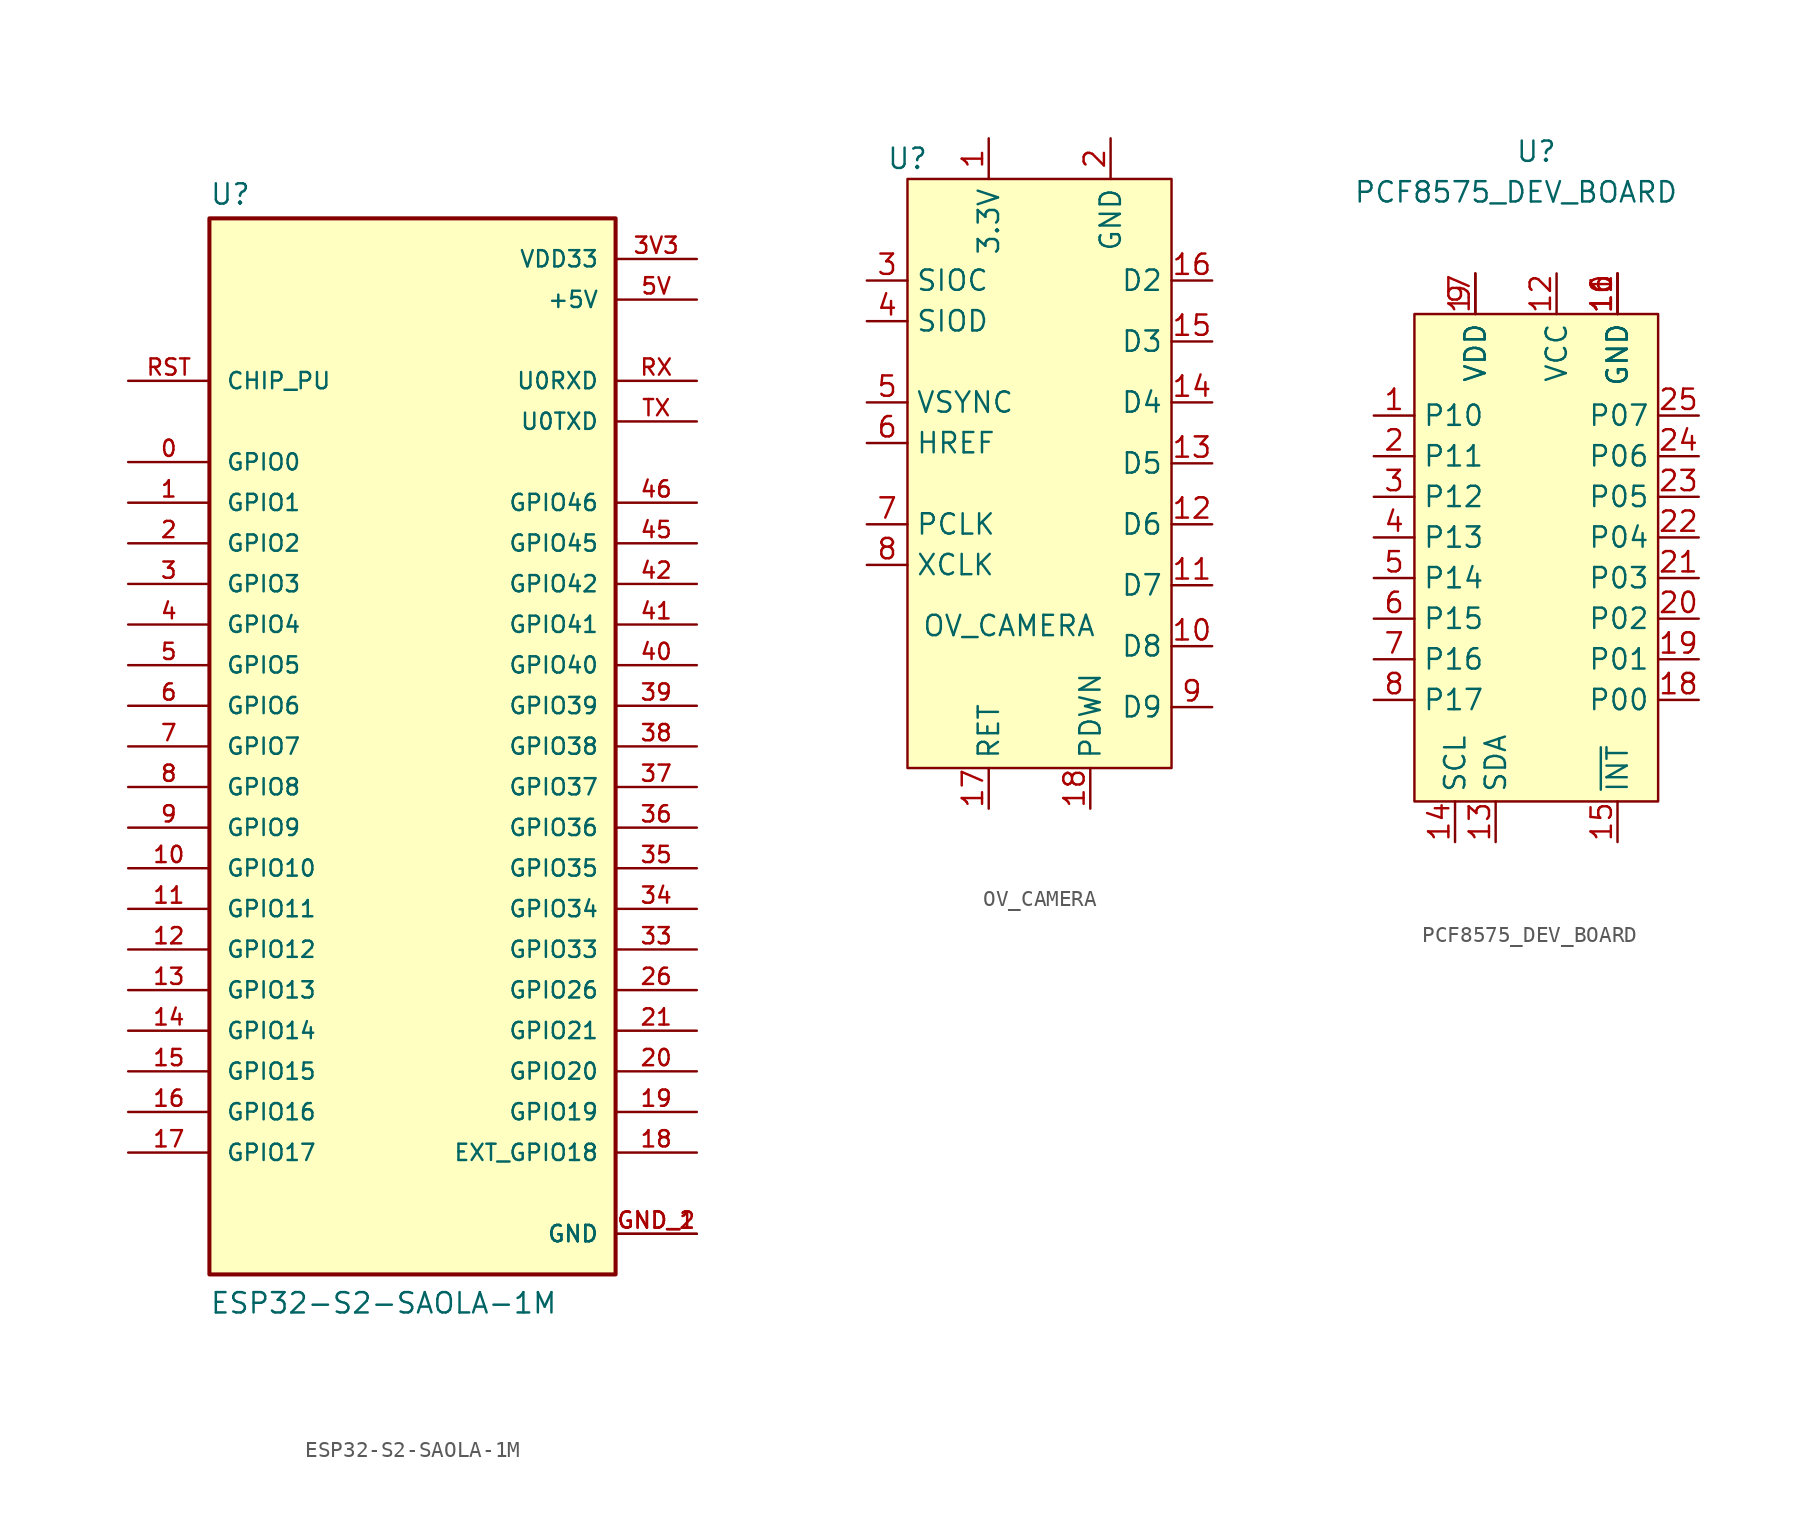
<source format=kicad_sym>
(kicad_symbol_lib
  (version 20211014)
  (generator kicad_symbol_editor)
  (symbol "ESP32-S2-SAOLA-1M"
    (pin_names
      (offset 1.016))
    (property "Reference" "U"
      (at -12.7 33.782 0)
      (effects (font (size 1.27 1.27)) (justify left bottom)))
    (property "Value" "ESP32-S2-SAOLA-1M"
      (at -12.7 -35.56 0)
      (effects (font (size 1.27 1.27)) (justify left bottom)))
    (symbol "ESP32-S2-SAOLA-1M_0_0"
      (rectangle (start -12.7 -33.02) (end 12.7 33.02) (stroke (width 0.254) (type default) (color 0 0 0 0)) (fill (type background)))
      (pin bidirectional line (at -17.78 17.78 0) (length 5.08) (name "GPIO0" (effects (font (size 1.016 1.016)))) (number "0" (effects (font (size 1.016 1.016)))))
      (pin bidirectional line (at -17.78 15.24 0) (length 5.08) (name "GPIO1" (effects (font (size 1.016 1.016)))) (number "1" (effects (font (size 1.016 1.016)))))
      (pin bidirectional line (at -17.78 -7.62 0) (length 5.08) (name "GPIO10" (effects (font (size 1.016 1.016)))) (number "10" (effects (font (size 1.016 1.016)))))
      (pin bidirectional line (at -17.78 -10.16 0) (length 5.08) (name "GPIO11" (effects (font (size 1.016 1.016)))) (number "11" (effects (font (size 1.016 1.016)))))
      (pin bidirectional line (at -17.78 -12.7 0) (length 5.08) (name "GPIO12" (effects (font (size 1.016 1.016)))) (number "12" (effects (font (size 1.016 1.016)))))
      (pin bidirectional line (at -17.78 -15.24 0) (length 5.08) (name "GPIO13" (effects (font (size 1.016 1.016)))) (number "13" (effects (font (size 1.016 1.016)))))
      (pin bidirectional line (at -17.78 -17.78 0) (length 5.08) (name "GPIO14" (effects (font (size 1.016 1.016)))) (number "14" (effects (font (size 1.016 1.016)))))
      (pin bidirectional line (at -17.78 -20.32 0) (length 5.08) (name "GPIO15" (effects (font (size 1.016 1.016)))) (number "15" (effects (font (size 1.016 1.016)))))
      (pin bidirectional line (at -17.78 -22.86 0) (length 5.08) (name "GPIO16" (effects (font (size 1.016 1.016)))) (number "16" (effects (font (size 1.016 1.016)))))
      (pin bidirectional line (at -17.78 -25.4 0) (length 5.08) (name "GPIO17" (effects (font (size 1.016 1.016)))) (number "17" (effects (font (size 1.016 1.016)))))
      (pin bidirectional line (at 17.78 -25.4 180) (length 5.08) (name "EXT_GPIO18" (effects (font (size 1.016 1.016)))) (number "18" (effects (font (size 1.016 1.016)))))
      (pin bidirectional line (at 17.78 -22.86 180) (length 5.08) (name "GPIO19" (effects (font (size 1.016 1.016)))) (number "19" (effects (font (size 1.016 1.016)))))
      (pin bidirectional line (at -17.78 12.7 0) (length 5.08) (name "GPIO2" (effects (font (size 1.016 1.016)))) (number "2" (effects (font (size 1.016 1.016)))))
      (pin bidirectional line (at 17.78 -20.32 180) (length 5.08) (name "GPIO20" (effects (font (size 1.016 1.016)))) (number "20" (effects (font (size 1.016 1.016)))))
      (pin bidirectional line (at 17.78 -17.78 180) (length 5.08) (name "GPIO21" (effects (font (size 1.016 1.016)))) (number "21" (effects (font (size 1.016 1.016)))))
      (pin bidirectional line (at 17.78 -15.24 180) (length 5.08) (name "GPIO26" (effects (font (size 1.016 1.016)))) (number "26" (effects (font (size 1.016 1.016)))))
      (pin bidirectional line (at -17.78 10.16 0) (length 5.08) (name "GPIO3" (effects (font (size 1.016 1.016)))) (number "3" (effects (font (size 1.016 1.016)))))
      (pin bidirectional line (at 17.78 -12.7 180) (length 5.08) (name "GPIO33" (effects (font (size 1.016 1.016)))) (number "33" (effects (font (size 1.016 1.016)))))
      (pin bidirectional line (at 17.78 -10.16 180) (length 5.08) (name "GPIO34" (effects (font (size 1.016 1.016)))) (number "34" (effects (font (size 1.016 1.016)))))
      (pin bidirectional line (at 17.78 -7.62 180) (length 5.08) (name "GPIO35" (effects (font (size 1.016 1.016)))) (number "35" (effects (font (size 1.016 1.016)))))
      (pin bidirectional line (at 17.78 -5.08 180) (length 5.08) (name "GPIO36" (effects (font (size 1.016 1.016)))) (number "36" (effects (font (size 1.016 1.016)))))
      (pin bidirectional line (at 17.78 -2.54 180) (length 5.08) (name "GPIO37" (effects (font (size 1.016 1.016)))) (number "37" (effects (font (size 1.016 1.016)))))
      (pin bidirectional line (at 17.78 0 180) (length 5.08) (name "GPIO38" (effects (font (size 1.016 1.016)))) (number "38" (effects (font (size 1.016 1.016)))))
      (pin bidirectional line (at 17.78 2.54 180) (length 5.08) (name "GPIO39" (effects (font (size 1.016 1.016)))) (number "39" (effects (font (size 1.016 1.016)))))
      (pin power_in line (at 17.78 30.48 180) (length 5.08) (name "VDD33" (effects (font (size 1.016 1.016)))) (number "3V3" (effects (font (size 1.016 1.016)))))
      (pin bidirectional line (at -17.78 7.62 0) (length 5.08) (name "GPIO4" (effects (font (size 1.016 1.016)))) (number "4" (effects (font (size 1.016 1.016)))))
      (pin bidirectional line (at 17.78 5.08 180) (length 5.08) (name "GPIO40" (effects (font (size 1.016 1.016)))) (number "40" (effects (font (size 1.016 1.016)))))
      (pin bidirectional line (at 17.78 7.62 180) (length 5.08) (name "GPIO41" (effects (font (size 1.016 1.016)))) (number "41" (effects (font (size 1.016 1.016)))))
      (pin bidirectional line (at 17.78 10.16 180) (length 5.08) (name "GPIO42" (effects (font (size 1.016 1.016)))) (number "42" (effects (font (size 1.016 1.016)))))
      (pin bidirectional line (at 17.78 12.7 180) (length 5.08) (name "GPIO45" (effects (font (size 1.016 1.016)))) (number "45" (effects (font (size 1.016 1.016)))))
      (pin bidirectional line (at 17.78 15.24 180) (length 5.08) (name "GPIO46" (effects (font (size 1.016 1.016)))) (number "46" (effects (font (size 1.016 1.016)))))
      (pin bidirectional line (at -17.78 5.08 0) (length 5.08) (name "GPIO5" (effects (font (size 1.016 1.016)))) (number "5" (effects (font (size 1.016 1.016)))))
      (pin power_in line (at 17.78 27.94 180) (length 5.08) (name "+5V" (effects (font (size 1.016 1.016)))) (number "5V" (effects (font (size 1.016 1.016)))))
      (pin bidirectional line (at -17.78 2.54 0) (length 5.08) (name "GPIO6" (effects (font (size 1.016 1.016)))) (number "6" (effects (font (size 1.016 1.016)))))
      (pin bidirectional line (at -17.78 0 0) (length 5.08) (name "GPIO7" (effects (font (size 1.016 1.016)))) (number "7" (effects (font (size 1.016 1.016)))))
      (pin bidirectional line (at -17.78 -2.54 0) (length 5.08) (name "GPIO8" (effects (font (size 1.016 1.016)))) (number "8" (effects (font (size 1.016 1.016)))))
      (pin bidirectional line (at -17.78 -5.08 0) (length 5.08) (name "GPIO9" (effects (font (size 1.016 1.016)))) (number "9" (effects (font (size 1.016 1.016)))))
      (pin power_in line (at 17.78 -30.48 180) (length 5.08) (name "GND" (effects (font (size 1.016 1.016)))) (number "GND_1" (effects (font (size 1.016 1.016)))))
      (pin power_in line (at 17.78 -30.48 180) (length 5.08) (name "GND" (effects (font (size 1.016 1.016)))) (number "GND_2" (effects (font (size 1.016 1.016)))))
      (pin bidirectional line (at -17.78 22.86 0) (length 5.08) (name "CHIP_PU" (effects (font (size 1.016 1.016)))) (number "RST" (effects (font (size 1.016 1.016)))))
      (pin bidirectional line (at 17.78 22.86 180) (length 5.08) (name "U0RXD" (effects (font (size 1.016 1.016)))) (number "RX" (effects (font (size 1.016 1.016)))))
      (pin bidirectional line (at 17.78 20.32 180) (length 5.08) (name "U0TXD" (effects (font (size 1.016 1.016)))) (number "TX" (effects (font (size 1.016 1.016)))))))
  (symbol "OV_CAMERA"
    (property "Reference" "U"
      (at -8.89 7.62 0)
      (effects (font (size 1.27 1.27))))
    (property "Value" "OV_CAMERA"
      (at -2.54 -21.59 0)
      (effects (font (size 1.27 1.27))))
    (symbol "OV_CAMERA_0_1"
      (polyline (pts (xy -8.89 6.35) (xy -8.89 -30.48) (xy 7.62 -30.48) (xy 7.62 6.35) (xy -8.89 6.35)) (stroke (width 0) (type default) (color 0 0 0 0)) (fill (type background))))
    (symbol "OV_CAMERA_1_1"
      (pin input line (at -3.81 8.89 270) (length 2.54) (name "3.3V" (effects (font (size 1.27 1.27)))) (number "1" (effects (font (size 1.27 1.27)))))
      (pin input line (at 10.16 -22.86 180) (length 2.54) (name "D8" (effects (font (size 1.27 1.27)))) (number "10" (effects (font (size 1.27 1.27)))))
      (pin input line (at 10.16 -19.05 180) (length 2.54) (name "D7" (effects (font (size 1.27 1.27)))) (number "11" (effects (font (size 1.27 1.27)))))
      (pin input line (at 10.16 -15.24 180) (length 2.54) (name "D6" (effects (font (size 1.27 1.27)))) (number "12" (effects (font (size 1.27 1.27)))))
      (pin input line (at 10.16 -11.43 180) (length 2.54) (name "D5" (effects (font (size 1.27 1.27)))) (number "13" (effects (font (size 1.27 1.27)))))
      (pin input line (at 10.16 -7.62 180) (length 2.54) (name "D4" (effects (font (size 1.27 1.27)))) (number "14" (effects (font (size 1.27 1.27)))))
      (pin input line (at 10.16 -3.81 180) (length 2.54) (name "D3" (effects (font (size 1.27 1.27)))) (number "15" (effects (font (size 1.27 1.27)))))
      (pin input line (at 10.16 0 180) (length 2.54) (name "D2" (effects (font (size 1.27 1.27)))) (number "16" (effects (font (size 1.27 1.27)))))
      (pin input line (at -3.81 -33.02 90) (length 2.54) (name "RET" (effects (font (size 1.27 1.27)))) (number "17" (effects (font (size 1.27 1.27)))))
      (pin input line (at 2.54 -33.02 90) (length 2.54) (name "PDWN" (effects (font (size 1.27 1.27)))) (number "18" (effects (font (size 1.27 1.27)))))
      (pin input line (at 3.81 8.89 270) (length 2.54) (name "GND" (effects (font (size 1.27 1.27)))) (number "2" (effects (font (size 1.27 1.27)))))
      (pin input line (at -11.43 0 0) (length 2.54) (name "SIOC" (effects (font (size 1.27 1.27)))) (number "3" (effects (font (size 1.27 1.27)))))
      (pin input line (at -11.43 -2.54 0) (length 2.54) (name "SIOD" (effects (font (size 1.27 1.27)))) (number "4" (effects (font (size 1.27 1.27)))))
      (pin input line (at -11.43 -7.62 0) (length 2.54) (name "VSYNC" (effects (font (size 1.27 1.27)))) (number "5" (effects (font (size 1.27 1.27)))))
      (pin input line (at -11.43 -10.16 0) (length 2.54) (name "HREF" (effects (font (size 1.27 1.27)))) (number "6" (effects (font (size 1.27 1.27)))))
      (pin input line (at -11.43 -15.24 0) (length 2.54) (name "PCLK" (effects (font (size 1.27 1.27)))) (number "7" (effects (font (size 1.27 1.27)))))
      (pin input line (at -11.43 -17.78 0) (length 2.54) (name "XCLK" (effects (font (size 1.27 1.27)))) (number "8" (effects (font (size 1.27 1.27)))))
      (pin input line (at 10.16 -26.67 180) (length 2.54) (name "D9" (effects (font (size 1.27 1.27)))) (number "9" (effects (font (size 1.27 1.27)))))))
  (symbol "PCF8575_DEV_BOARD"
    (property "Reference" "U"
      (at 2.54 36.83 0)
      (effects (font (size 1.27 1.27))))
    (property "Value" "PCF8575_DEV_BOARD"
      (at 1.27 34.29 0)
      (effects (font (size 1.27 1.27))))
    (symbol "PCF8575_DEV_BOARD_0_1"
      (rectangle (start -5.08 26.67) (end 10.16 -3.81) (stroke (width 0) (type default) (color 0 0 0 0)) (fill (type background))))
    (symbol "PCF8575_DEV_BOARD_1_1"
      (pin input line (at -7.62 20.32 0) (length 2.54) (name "P10" (effects (font (size 1.27 1.27)))) (number "1" (effects (font (size 1.27 1.27)))))
      (pin input line (at 7.62 29.21 270) (length 2.54) (name "GND" (effects (font (size 1.27 1.27)))) (number "10" (effects (font (size 1.27 1.27)))))
      (pin input line (at 7.62 29.21 270) (length 2.54) (name "GND" (effects (font (size 1.27 1.27)))) (number "11" (effects (font (size 1.27 1.27)))))
      (pin input line (at 3.81 29.21 270) (length 2.54) (name "VCC" (effects (font (size 1.27 1.27)))) (number "12" (effects (font (size 1.27 1.27)))))
      (pin input line (at 0 -6.35 90) (length 2.54) (name "SDA" (effects (font (size 1.27 1.27)))) (number "13" (effects (font (size 1.27 1.27)))))
      (pin input line (at -2.54 -6.35 90) (length 2.54) (name "SCL" (effects (font (size 1.27 1.27)))) (number "14" (effects (font (size 1.27 1.27)))))
      (pin input line (at 7.62 -6.35 90) (length 2.54) (name "~{INT}" (effects (font (size 1.27 1.27)))) (number "15" (effects (font (size 1.27 1.27)))))
      (pin input line (at 7.62 29.21 270) (length 2.54) (name "GND" (effects (font (size 1.27 1.27)))) (number "16" (effects (font (size 1.27 1.27)))))
      (pin input line (at -1.27 29.21 270) (length 2.54) (name "VDD" (effects (font (size 1.27 1.27)))) (number "17" (effects (font (size 1.27 1.27)))))
      (pin input line (at 12.7 2.54 180) (length 2.54) (name "P00" (effects (font (size 1.27 1.27)))) (number "18" (effects (font (size 1.27 1.27)))))
      (pin input line (at 12.7 5.08 180) (length 2.54) (name "P01" (effects (font (size 1.27 1.27)))) (number "19" (effects (font (size 1.27 1.27)))))
      (pin input line (at -7.62 17.78 0) (length 2.54) (name "P11" (effects (font (size 1.27 1.27)))) (number "2" (effects (font (size 1.27 1.27)))))
      (pin input line (at 12.7 7.62 180) (length 2.54) (name "P02" (effects (font (size 1.27 1.27)))) (number "20" (effects (font (size 1.27 1.27)))))
      (pin input line (at 12.7 10.16 180) (length 2.54) (name "P03" (effects (font (size 1.27 1.27)))) (number "21" (effects (font (size 1.27 1.27)))))
      (pin input line (at 12.7 12.7 180) (length 2.54) (name "P04" (effects (font (size 1.27 1.27)))) (number "22" (effects (font (size 1.27 1.27)))))
      (pin input line (at 12.7 15.24 180) (length 2.54) (name "P05" (effects (font (size 1.27 1.27)))) (number "23" (effects (font (size 1.27 1.27)))))
      (pin input line (at 12.7 17.78 180) (length 2.54) (name "P06" (effects (font (size 1.27 1.27)))) (number "24" (effects (font (size 1.27 1.27)))))
      (pin input line (at 12.7 20.32 180) (length 2.54) (name "P07" (effects (font (size 1.27 1.27)))) (number "25" (effects (font (size 1.27 1.27)))))
      (pin input line (at -7.62 15.24 0) (length 2.54) (name "P12" (effects (font (size 1.27 1.27)))) (number "3" (effects (font (size 1.27 1.27)))))
      (pin input line (at -7.62 12.7 0) (length 2.54) (name "P13" (effects (font (size 1.27 1.27)))) (number "4" (effects (font (size 1.27 1.27)))))
      (pin input line (at -7.62 10.16 0) (length 2.54) (name "P14" (effects (font (size 1.27 1.27)))) (number "5" (effects (font (size 1.27 1.27)))))
      (pin input line (at -7.62 7.62 0) (length 2.54) (name "P15" (effects (font (size 1.27 1.27)))) (number "6" (effects (font (size 1.27 1.27)))))
      (pin input line (at -7.62 5.08 0) (length 2.54) (name "P16" (effects (font (size 1.27 1.27)))) (number "7" (effects (font (size 1.27 1.27)))))
      (pin input line (at -7.62 2.54 0) (length 2.54) (name "P17" (effects (font (size 1.27 1.27)))) (number "8" (effects (font (size 1.27 1.27)))))
      (pin input line (at -1.27 29.21 270) (length 2.54) (name "VDD" (effects (font (size 1.27 1.27)))) (number "9" (effects (font (size 1.27 1.27))))))))
</source>
